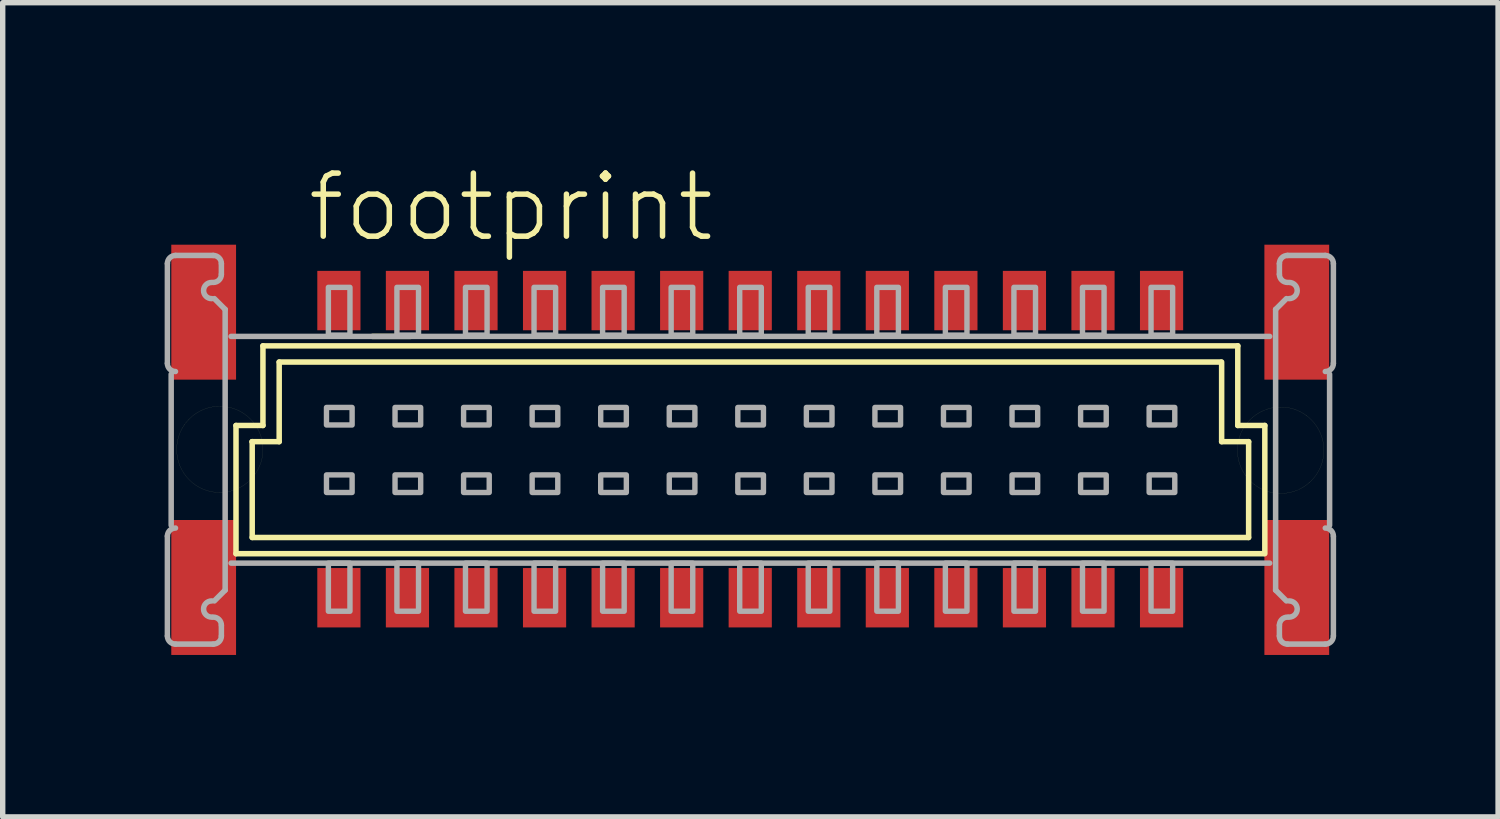
<source format=kicad_pcb>
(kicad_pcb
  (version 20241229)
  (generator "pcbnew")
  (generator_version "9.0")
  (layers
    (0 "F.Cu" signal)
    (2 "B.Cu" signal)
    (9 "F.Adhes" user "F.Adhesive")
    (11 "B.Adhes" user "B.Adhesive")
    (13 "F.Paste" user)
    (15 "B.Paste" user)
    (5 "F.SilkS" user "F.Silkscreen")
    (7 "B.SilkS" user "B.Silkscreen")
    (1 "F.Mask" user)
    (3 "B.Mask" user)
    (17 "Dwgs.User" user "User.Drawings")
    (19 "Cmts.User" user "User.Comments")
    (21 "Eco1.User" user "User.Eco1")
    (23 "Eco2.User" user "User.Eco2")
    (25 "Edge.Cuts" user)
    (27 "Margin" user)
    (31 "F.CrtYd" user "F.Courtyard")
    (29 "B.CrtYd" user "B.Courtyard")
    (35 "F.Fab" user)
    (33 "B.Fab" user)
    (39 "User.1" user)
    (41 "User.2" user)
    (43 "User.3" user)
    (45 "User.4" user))
  (footprint "footprint"
    (layer "F.Cu")
    (at 10.848 5.283)
    (property "Reference" "footprint" (at -8.255 -3.81 0) (layer "F.SilkS") (effects (font (size 1.168 1.168) (thickness 0.102)) (justify left bottom)))
    (fp_line (start -9.526 1.924) (end -9.526 -0.451) (stroke (width 0.102) (type solid)) (layer "F.SilkS"))
    (fp_line (start -9.226 -0.151) (end -9.227 -0.151) (stroke (width 0.102) (type solid)) (layer "F.SilkS"))
    (fp_line (start -9.226 1.624) (end -9.226 -0.151) (stroke (width 0.102) (type solid)) (layer "F.SilkS"))
    (fp_line (start -9.226 1.624) (end 9.232 1.624) (stroke (width 0.102) (type solid)) (layer "F.SilkS"))
    (fp_line (start -9.027 -1.926) (end -9.027 -0.451) (stroke (width 0.102) (type solid)) (layer "F.SilkS"))
    (fp_line (start -9.027 -0.451) (end -9.526 -0.451) (stroke (width 0.102) (type solid)) (layer "F.SilkS"))
    (fp_line (start -8.727 -0.151) (end -9.226 -0.151) (stroke (width 0.102) (type solid)) (layer "F.SilkS"))
    (fp_line (start -8.726 -0.151) (end -8.726 -1.626) (stroke (width 0.102) (type solid)) (layer "F.SilkS"))
    (fp_line (start -6.997 -2.101) (end -6.297 -2.101) (stroke (width 0.102) (type solid)) (layer "F.SilkS"))
    (fp_line (start 8.723 -1.626) (end -8.726 -1.626) (stroke (width 0.102) (type solid)) (layer "F.SilkS"))
    (fp_line (start 8.733 -0.151) (end 8.733 -1.626) (stroke (width 0.102) (type solid)) (layer "F.SilkS"))
    (fp_line (start 9.032 -0.451) (end 9.032 -1.926) (stroke (width 0.102) (type solid)) (layer "F.SilkS"))
    (fp_line (start 9.032 -0.451) (end 9.532 -0.451) (stroke (width 0.102) (type solid)) (layer "F.SilkS"))
    (fp_line (start 9.033 -1.926) (end -9.027 -1.926) (stroke (width 0.102) (type solid)) (layer "F.SilkS"))
    (fp_line (start 9.233 -0.151) (end 8.733 -0.151) (stroke (width 0.102) (type solid)) (layer "F.SilkS"))
    (fp_line (start 9.233 1.624) (end 9.233 -0.151) (stroke (width 0.102) (type solid)) (layer "F.SilkS"))
    (fp_line (start 9.513 1.924) (end -9.526 1.924) (stroke (width 0.102) (type solid)) (layer "F.SilkS"))
    (fp_line (start 9.533 1.924) (end 9.533 -0.451) (stroke (width 0.102) (type solid)) (layer "F.SilkS"))
    (fp_circle (center -9.826 -0.008) (end -9.027 -0.008) (stroke (width 0.001) (type solid)) (fill no) (layer "F.SilkS"))
    (fp_circle (center 9.826 0.008) (end 10.627 0.008) (stroke (width 0.001) (type solid)) (fill no) (layer "F.SilkS"))
    (fp_line (start -10.797 -1.601) (end -10.797 -3.451) (stroke (width 0.102) (type solid)) (layer "F.Fab"))
    (fp_line (start -10.797 3.449) (end -10.797 1.599) (stroke (width 0.102) (type solid)) (layer "F.Fab"))
    (fp_line (start -10.727 -1.401) (end -10.727 1.399) (stroke (width 0.102) (type solid)) (layer "F.Fab"))
    (fp_line (start -10.647 -3.601) (end -9.947 -3.601) (stroke (width 0.102) (type solid)) (layer "F.Fab"))
    (fp_line (start -9.947 3.599) (end -10.647 3.599) (stroke (width 0.102) (type solid)) (layer "F.Fab"))
    (fp_line (start -9.927 -2.801) (end -9.727 -2.601) (stroke (width 0.102) (type solid)) (layer "F.Fab"))
    (fp_line (start -9.797 -3.451) (end -9.797 -3.251) (stroke (width 0.102) (type solid)) (layer "F.Fab"))
    (fp_line (start -9.797 3.249) (end -9.797 3.449) (stroke (width 0.102) (type solid)) (layer "F.Fab"))
    (fp_line (start -9.727 -2.601) (end -9.727 2.599) (stroke (width 0.102) (type solid)) (layer "F.Fab"))
    (fp_line (start -9.727 2.599) (end -9.927 2.799) (stroke (width 0.102) (type solid)) (layer "F.Fab"))
    (fp_line (start 9.623 -2.101) (end -9.617 -2.101) (stroke (width 0.102) (type solid)) (layer "F.Fab"))
    (fp_line (start 9.623 2.099) (end -9.617 2.099) (stroke (width 0.102) (type solid)) (layer "F.Fab"))
    (fp_line (start 9.733 -2.601) (end 9.733 2.599) (stroke (width 0.102) (type solid)) (layer "F.Fab"))
    (fp_line (start 9.733 2.599) (end 9.933 2.799) (stroke (width 0.102) (type solid)) (layer "F.Fab"))
    (fp_line (start 9.803 -3.451) (end 9.803 -3.251) (stroke (width 0.102) (type solid)) (layer "F.Fab"))
    (fp_line (start 9.803 3.249) (end 9.803 3.449) (stroke (width 0.102) (type solid)) (layer "F.Fab"))
    (fp_line (start 9.933 -2.801) (end 9.733 -2.601) (stroke (width 0.102) (type solid)) (layer "F.Fab"))
    (fp_line (start 9.953 3.599) (end 10.653 3.599) (stroke (width 0.102) (type solid)) (layer "F.Fab"))
    (fp_line (start 10.653 -3.601) (end 9.953 -3.601) (stroke (width 0.102) (type solid)) (layer "F.Fab"))
    (fp_line (start 10.733 -1.401) (end 10.733 1.399) (stroke (width 0.102) (type solid)) (layer "F.Fab"))
    (fp_line (start 10.803 -1.601) (end 10.803 -3.451) (stroke (width 0.102) (type solid)) (layer "F.Fab"))
    (fp_line (start 10.803 3.449) (end 10.803 1.599) (stroke (width 0.102) (type solid)) (layer "F.Fab"))
    (fp_arc (start -10.7969 -3.4508) (mid -10.752966 -3.556866) (end -10.6469 -3.6008) (stroke (width 0.1016) (type solid)) (layer "F.Fab"))
    (fp_arc (start -10.7969 1.5992) (mid -10.752966 1.493134) (end -10.6469 1.4492) (stroke (width 0.1016) (type solid)) (layer "F.Fab"))
    (fp_arc (start -10.6469 -1.4508) (mid -10.752966 -1.494734) (end -10.7969 -1.6008) (stroke (width 0.1016) (type solid)) (layer "F.Fab"))
    (fp_arc (start -10.6469 3.5992) (mid -10.752966 3.555266) (end -10.7969 3.4492) (stroke (width 0.1016) (type solid)) (layer "F.Fab"))
    (fp_arc (start -9.9769 -2.8008) (mid -10.1269 -2.9508) (end -9.9769 -3.1008) (stroke (width 0.1016) (type solid)) (layer "F.Fab"))
    (fp_arc (start -9.9769 3.0992) (mid -10.1269 2.9492) (end -9.9769 2.7992) (stroke (width 0.1016) (type solid)) (layer "F.Fab"))
    (fp_arc (start -9.9469 -3.6008) (mid -9.840834 -3.556866) (end -9.7969 -3.4508) (stroke (width 0.1016) (type solid)) (layer "F.Fab"))
    (fp_arc (start -9.9469 3.0992) (mid -9.840834 3.143134) (end -9.7969 3.2492) (stroke (width 0.1016) (type solid)) (layer "F.Fab"))
    (fp_arc (start -9.7969 -3.2508) (mid -9.840834 -3.144734) (end -9.9469 -3.1008) (stroke (width 0.1016) (type solid)) (layer "F.Fab"))
    (fp_arc (start -9.7969 3.4492) (mid -9.840834 3.555266) (end -9.9469 3.5992) (stroke (width 0.1016) (type solid)) (layer "F.Fab"))
    (fp_arc (start 9.8031 -3.4508) (mid 9.847034 -3.556866) (end 9.9531 -3.6008) (stroke (width 0.1016) (type solid)) (layer "F.Fab"))
    (fp_arc (start 9.8031 3.2492) (mid 9.847034 3.143134) (end 9.9531 3.0992) (stroke (width 0.1016) (type solid)) (layer "F.Fab"))
    (fp_arc (start 9.9531 -3.1008) (mid 9.847034 -3.144734) (end 9.8031 -3.2508) (stroke (width 0.1016) (type solid)) (layer "F.Fab"))
    (fp_arc (start 9.9531 3.5992) (mid 9.847034 3.555266) (end 9.8031 3.4492) (stroke (width 0.1016) (type solid)) (layer "F.Fab"))
    (fp_arc (start 9.9831 -3.1008) (mid 10.1331 -2.9508) (end 9.9831 -2.8008) (stroke (width 0.1016) (type solid)) (layer "F.Fab"))
    (fp_arc (start 9.9831 2.7992) (mid 10.1331 2.9492) (end 9.9831 3.0992) (stroke (width 0.1016) (type solid)) (layer "F.Fab"))
    (fp_arc (start 10.6531 -3.6008) (mid 10.759166 -3.556866) (end 10.8031 -3.4508) (stroke (width 0.1016) (type solid)) (layer "F.Fab"))
    (fp_arc (start 10.6531 1.4492) (mid 10.759166 1.493134) (end 10.8031 1.5992) (stroke (width 0.1016) (type solid)) (layer "F.Fab"))
    (fp_arc (start 10.8031 -1.6008) (mid 10.759166 -1.494734) (end 10.6531 -1.4508) (stroke (width 0.1016) (type solid)) (layer "F.Fab"))
    (fp_arc (start 10.8031 3.4492) (mid 10.759166 3.555266) (end 10.6531 3.5992) (stroke (width 0.1016) (type solid)) (layer "F.Fab"))
    (fp_poly (pts (xy -7.415 -3.01) (xy -7.815 -3.01) (xy -7.815 -2.125) (xy -7.415 -2.125)) (stroke (width 0.1) (type solid)) (fill no) (layer "F.Fab"))
    (fp_poly (pts (xy -7.415 2.1) (xy -7.815 2.1) (xy -7.815 2.99) (xy -7.415 2.99)) (stroke (width 0.1) (type solid)) (fill no) (layer "F.Fab"))
    (fp_poly (pts (xy -7.375 -0.785) (xy -7.85 -0.785) (xy -7.85 -0.46) (xy -7.375 -0.46)) (stroke (width 0.1) (type solid)) (fill no) (layer "F.Fab"))
    (fp_poly (pts (xy -7.375 0.465) (xy -7.85 0.465) (xy -7.85 0.79) (xy -7.375 0.79)) (stroke (width 0.1) (type solid)) (fill no) (layer "F.Fab"))
    (fp_poly (pts (xy -6.145 -3.01) (xy -6.545 -3.01) (xy -6.545 -2.125) (xy -6.145 -2.125)) (stroke (width 0.1) (type solid)) (fill no) (layer "F.Fab"))
    (fp_poly (pts (xy -6.145 2.1) (xy -6.545 2.1) (xy -6.545 2.99) (xy -6.145 2.99)) (stroke (width 0.1) (type solid)) (fill no) (layer "F.Fab"))
    (fp_poly (pts (xy -6.105 -0.785) (xy -6.58 -0.785) (xy -6.58 -0.46) (xy -6.105 -0.46)) (stroke (width 0.1) (type solid)) (fill no) (layer "F.Fab"))
    (fp_poly (pts (xy -6.105 0.465) (xy -6.58 0.465) (xy -6.58 0.79) (xy -6.105 0.79)) (stroke (width 0.1) (type solid)) (fill no) (layer "F.Fab"))
    (fp_poly (pts (xy -4.875 -3.01) (xy -5.275 -3.01) (xy -5.275 -2.125) (xy -4.875 -2.125)) (stroke (width 0.1) (type solid)) (fill no) (layer "F.Fab"))
    (fp_poly (pts (xy -4.875 2.1) (xy -5.275 2.1) (xy -5.275 2.99) (xy -4.875 2.99)) (stroke (width 0.1) (type solid)) (fill no) (layer "F.Fab"))
    (fp_poly (pts (xy -4.835 -0.785) (xy -5.31 -0.785) (xy -5.31 -0.46) (xy -4.835 -0.46)) (stroke (width 0.1) (type solid)) (fill no) (layer "F.Fab"))
    (fp_poly (pts (xy -4.835 0.465) (xy -5.31 0.465) (xy -5.31 0.79) (xy -4.835 0.79)) (stroke (width 0.1) (type solid)) (fill no) (layer "F.Fab"))
    (fp_poly (pts (xy -3.605 -3.01) (xy -4.005 -3.01) (xy -4.005 -2.125) (xy -3.605 -2.125)) (stroke (width 0.1) (type solid)) (fill no) (layer "F.Fab"))
    (fp_poly (pts (xy -3.605 2.1) (xy -4.005 2.1) (xy -4.005 2.99) (xy -3.605 2.99)) (stroke (width 0.1) (type solid)) (fill no) (layer "F.Fab"))
    (fp_poly (pts (xy -3.565 -0.785) (xy -4.04 -0.785) (xy -4.04 -0.46) (xy -3.565 -0.46)) (stroke (width 0.1) (type solid)) (fill no) (layer "F.Fab"))
    (fp_poly (pts (xy -3.565 0.465) (xy -4.04 0.465) (xy -4.04 0.79) (xy -3.565 0.79)) (stroke (width 0.1) (type solid)) (fill no) (layer "F.Fab"))
    (fp_poly (pts (xy -2.335 -3.01) (xy -2.735 -3.01) (xy -2.735 -2.125) (xy -2.335 -2.125)) (stroke (width 0.1) (type solid)) (fill no) (layer "F.Fab"))
    (fp_poly (pts (xy -2.335 2.1) (xy -2.735 2.1) (xy -2.735 2.99) (xy -2.335 2.99)) (stroke (width 0.1) (type solid)) (fill no) (layer "F.Fab"))
    (fp_poly (pts (xy -2.295 -0.785) (xy -2.77 -0.785) (xy -2.77 -0.46) (xy -2.295 -0.46)) (stroke (width 0.1) (type solid)) (fill no) (layer "F.Fab"))
    (fp_poly (pts (xy -2.295 0.465) (xy -2.77 0.465) (xy -2.77 0.79) (xy -2.295 0.79)) (stroke (width 0.1) (type solid)) (fill no) (layer "F.Fab"))
    (fp_poly (pts (xy -1.065 -3.01) (xy -1.465 -3.01) (xy -1.465 -2.125) (xy -1.065 -2.125)) (stroke (width 0.1) (type solid)) (fill no) (layer "F.Fab"))
    (fp_poly (pts (xy -1.065 2.1) (xy -1.465 2.1) (xy -1.465 2.99) (xy -1.065 2.99)) (stroke (width 0.1) (type solid)) (fill no) (layer "F.Fab"))
    (fp_poly (pts (xy -1.025 -0.785) (xy -1.5 -0.785) (xy -1.5 -0.46) (xy -1.025 -0.46)) (stroke (width 0.1) (type solid)) (fill no) (layer "F.Fab"))
    (fp_poly (pts (xy -1.025 0.465) (xy -1.5 0.465) (xy -1.5 0.79) (xy -1.025 0.79)) (stroke (width 0.1) (type solid)) (fill no) (layer "F.Fab"))
    (fp_poly (pts (xy 0.205 -3.01) (xy -0.195 -3.01) (xy -0.195 -2.125) (xy 0.205 -2.125)) (stroke (width 0.1) (type solid)) (fill no) (layer "F.Fab"))
    (fp_poly (pts (xy 0.205 2.1) (xy -0.195 2.1) (xy -0.195 2.99) (xy 0.205 2.99)) (stroke (width 0.1) (type solid)) (fill no) (layer "F.Fab"))
    (fp_poly (pts (xy 0.245 -0.785) (xy -0.23 -0.785) (xy -0.23 -0.46) (xy 0.245 -0.46)) (stroke (width 0.1) (type solid)) (fill no) (layer "F.Fab"))
    (fp_poly (pts (xy 0.245 0.465) (xy -0.23 0.465) (xy -0.23 0.79) (xy 0.245 0.79)) (stroke (width 0.1) (type solid)) (fill no) (layer "F.Fab"))
    (fp_poly (pts (xy 1.475 -3.01) (xy 1.075 -3.01) (xy 1.075 -2.125) (xy 1.475 -2.125)) (stroke (width 0.1) (type solid)) (fill no) (layer "F.Fab"))
    (fp_poly (pts (xy 1.475 2.1) (xy 1.075 2.1) (xy 1.075 2.99) (xy 1.475 2.99)) (stroke (width 0.1) (type solid)) (fill no) (layer "F.Fab"))
    (fp_poly (pts (xy 1.515 -0.785) (xy 1.04 -0.785) (xy 1.04 -0.46) (xy 1.515 -0.46)) (stroke (width 0.1) (type solid)) (fill no) (layer "F.Fab"))
    (fp_poly (pts (xy 1.515 0.465) (xy 1.04 0.465) (xy 1.04 0.79) (xy 1.515 0.79)) (stroke (width 0.1) (type solid)) (fill no) (layer "F.Fab"))
    (fp_poly (pts (xy 2.745 -3.01) (xy 2.345 -3.01) (xy 2.345 -2.125) (xy 2.745 -2.125)) (stroke (width 0.1) (type solid)) (fill no) (layer "F.Fab"))
    (fp_poly (pts (xy 2.745 2.1) (xy 2.345 2.1) (xy 2.345 2.99) (xy 2.745 2.99)) (stroke (width 0.1) (type solid)) (fill no) (layer "F.Fab"))
    (fp_poly (pts (xy 2.785 -0.785) (xy 2.31 -0.785) (xy 2.31 -0.46) (xy 2.785 -0.46)) (stroke (width 0.1) (type solid)) (fill no) (layer "F.Fab"))
    (fp_poly (pts (xy 2.785 0.465) (xy 2.31 0.465) (xy 2.31 0.79) (xy 2.785 0.79)) (stroke (width 0.1) (type solid)) (fill no) (layer "F.Fab"))
    (fp_poly (pts (xy 4.015 -3.01) (xy 3.615 -3.01) (xy 3.615 -2.125) (xy 4.015 -2.125)) (stroke (width 0.1) (type solid)) (fill no) (layer "F.Fab"))
    (fp_poly (pts (xy 4.015 2.1) (xy 3.615 2.1) (xy 3.615 2.99) (xy 4.015 2.99)) (stroke (width 0.1) (type solid)) (fill no) (layer "F.Fab"))
    (fp_poly (pts (xy 4.055 -0.785) (xy 3.58 -0.785) (xy 3.58 -0.46) (xy 4.055 -0.46)) (stroke (width 0.1) (type solid)) (fill no) (layer "F.Fab"))
    (fp_poly (pts (xy 4.055 0.465) (xy 3.58 0.465) (xy 3.58 0.79) (xy 4.055 0.79)) (stroke (width 0.1) (type solid)) (fill no) (layer "F.Fab"))
    (fp_poly (pts (xy 5.285 -3.01) (xy 4.885 -3.01) (xy 4.885 -2.125) (xy 5.285 -2.125)) (stroke (width 0.1) (type solid)) (fill no) (layer "F.Fab"))
    (fp_poly (pts (xy 5.285 2.1) (xy 4.885 2.1) (xy 4.885 2.99) (xy 5.285 2.99)) (stroke (width 0.1) (type solid)) (fill no) (layer "F.Fab"))
    (fp_poly (pts (xy 5.325 -0.785) (xy 4.85 -0.785) (xy 4.85 -0.46) (xy 5.325 -0.46)) (stroke (width 0.1) (type solid)) (fill no) (layer "F.Fab"))
    (fp_poly (pts (xy 5.325 0.465) (xy 4.85 0.465) (xy 4.85 0.79) (xy 5.325 0.79)) (stroke (width 0.1) (type solid)) (fill no) (layer "F.Fab"))
    (fp_poly (pts (xy 6.555 -3.01) (xy 6.155 -3.01) (xy 6.155 -2.125) (xy 6.555 -2.125)) (stroke (width 0.1) (type solid)) (fill no) (layer "F.Fab"))
    (fp_poly (pts (xy 6.555 2.1) (xy 6.155 2.1) (xy 6.155 2.99) (xy 6.555 2.99)) (stroke (width 0.1) (type solid)) (fill no) (layer "F.Fab"))
    (fp_poly (pts (xy 6.595 -0.785) (xy 6.12 -0.785) (xy 6.12 -0.46) (xy 6.595 -0.46)) (stroke (width 0.1) (type solid)) (fill no) (layer "F.Fab"))
    (fp_poly (pts (xy 6.595 0.465) (xy 6.12 0.465) (xy 6.12 0.79) (xy 6.595 0.79)) (stroke (width 0.1) (type solid)) (fill no) (layer "F.Fab"))
    (fp_poly (pts (xy 7.825 -3.01) (xy 7.425 -3.01) (xy 7.425 -2.125) (xy 7.825 -2.125)) (stroke (width 0.1) (type solid)) (fill no) (layer "F.Fab"))
    (fp_poly (pts (xy 7.825 2.1) (xy 7.425 2.1) (xy 7.425 2.99) (xy 7.825 2.99)) (stroke (width 0.1) (type solid)) (fill no) (layer "F.Fab"))
    (fp_poly (pts (xy 7.865 -0.785) (xy 7.39 -0.785) (xy 7.39 -0.46) (xy 7.865 -0.46)) (stroke (width 0.1) (type solid)) (fill no) (layer "F.Fab"))
    (fp_poly (pts (xy 7.865 0.465) (xy 7.39 0.465) (xy 7.39 0.79) (xy 7.865 0.79)) (stroke (width 0.1) (type solid)) (fill no) (layer "F.Fab"))
    (pad "A1" smd rect (at -7.62 -2.765 180) (size 0.8 1.1) (layers "F.Cu" "F.Mask" "F.Paste"))
    (pad "A2" smd rect (at -6.35 -2.765 180) (size 0.8 1.1) (layers "F.Cu" "F.Mask" "F.Paste"))
    (pad "A3" smd rect (at -5.08 -2.765 180) (size 0.8 1.1) (layers "F.Cu" "F.Mask" "F.Paste"))
    (pad "A4" smd rect (at -3.81 -2.765 180) (size 0.8 1.1) (layers "F.Cu" "F.Mask" "F.Paste"))
    (pad "A5" smd rect (at -2.54 -2.765 180) (size 0.8 1.1) (layers "F.Cu" "F.Mask" "F.Paste"))
    (pad "A6" smd rect (at -1.27 -2.765 180) (size 0.8 1.1) (layers "F.Cu" "F.Mask" "F.Paste"))
    (pad "A7" smd rect (at 0 -2.765 180) (size 0.8 1.1) (layers "F.Cu" "F.Mask" "F.Paste"))
    (pad "A8" smd rect (at 1.27 -2.765 180) (size 0.8 1.1) (layers "F.Cu" "F.Mask" "F.Paste"))
    (pad "A9" smd rect (at 2.54 -2.765 180) (size 0.8 1.1) (layers "F.Cu" "F.Mask" "F.Paste"))
    (pad "A10" smd rect (at 3.81 -2.765 180) (size 0.8 1.1) (layers "F.Cu" "F.Mask" "F.Paste"))
    (pad "A11" smd rect (at 5.08 -2.765 180) (size 0.8 1.1) (layers "F.Cu" "F.Mask" "F.Paste"))
    (pad "A12" smd rect (at 6.35 -2.765 180) (size 0.8 1.1) (layers "F.Cu" "F.Mask" "F.Paste"))
    (pad "A13" smd rect (at 7.62 -2.765 180) (size 0.8 1.1) (layers "F.Cu" "F.Mask" "F.Paste"))
    (pad "B1" smd rect (at -7.62 2.74 180) (size 0.8 1.1) (layers "F.Cu" "F.Mask" "F.Paste"))
    (pad "B2" smd rect (at -6.35 2.74 180) (size 0.8 1.1) (layers "F.Cu" "F.Mask" "F.Paste"))
    (pad "B3" smd rect (at -5.08 2.74 180) (size 0.8 1.1) (layers "F.Cu" "F.Mask" "F.Paste"))
    (pad "B4" smd rect (at -3.81 2.74 180) (size 0.8 1.1) (layers "F.Cu" "F.Mask" "F.Paste"))
    (pad "B5" smd rect (at -2.54 2.74 180) (size 0.8 1.1) (layers "F.Cu" "F.Mask" "F.Paste"))
    (pad "B6" smd rect (at -1.27 2.74 180) (size 0.8 1.1) (layers "F.Cu" "F.Mask" "F.Paste"))
    (pad "B7" smd rect (at 0 2.74 180) (size 0.8 1.1) (layers "F.Cu" "F.Mask" "F.Paste"))
    (pad "B8" smd rect (at 1.27 2.74 180) (size 0.8 1.1) (layers "F.Cu" "F.Mask" "F.Paste"))
    (pad "B9" smd rect (at 2.54 2.74 180) (size 0.8 1.1) (layers "F.Cu" "F.Mask" "F.Paste"))
    (pad "B10" smd rect (at 3.81 2.74 180) (size 0.8 1.1) (layers "F.Cu" "F.Mask" "F.Paste"))
    (pad "B11" smd rect (at 5.08 2.74 180) (size 0.8 1.1) (layers "F.Cu" "F.Mask" "F.Paste"))
    (pad "B12" smd rect (at 6.35 2.74 180) (size 0.8 1.1) (layers "F.Cu" "F.Mask" "F.Paste"))
    (pad "B13" smd rect (at 7.62 2.74 180) (size 0.8 1.1) (layers "F.Cu" "F.Mask" "F.Paste"))
    (pad "M1" smd rect (at -10.125 -2.55 180) (size 1.2 2.5) (layers "F.Cu" "F.Mask" "F.Paste"))
    (pad "M2" smd rect (at -10.125 2.55 180) (size 1.2 2.5) (layers "F.Cu" "F.Mask" "F.Paste"))
    (pad "M3" smd rect (at 10.125 2.55) (size 1.2 2.5) (layers "F.Cu" "F.Mask" "F.Paste"))
    (pad "M4" smd rect (at 10.125 -2.55) (size 1.2 2.5) (layers "F.Cu" "F.Mask" "F.Paste")))
  (gr_rect
    (start -3 -3)
    (end 24.702 12.083)
    (stroke (width 0.1) (type default))
    (fill no)
    (layer "Edge.Cuts")))
</source>
